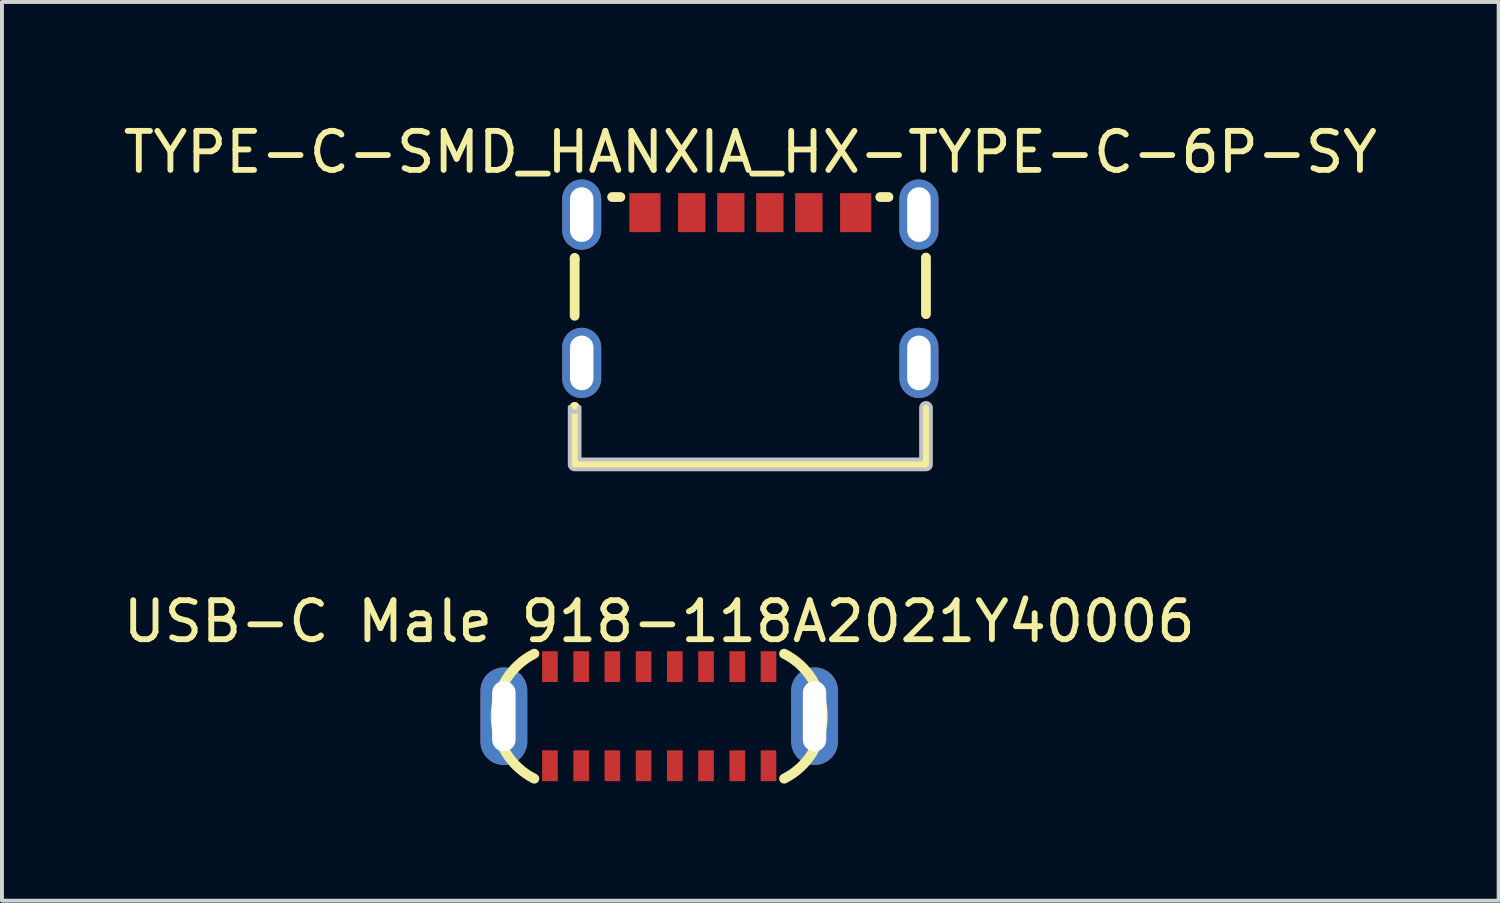
<source format=kicad_pcb>
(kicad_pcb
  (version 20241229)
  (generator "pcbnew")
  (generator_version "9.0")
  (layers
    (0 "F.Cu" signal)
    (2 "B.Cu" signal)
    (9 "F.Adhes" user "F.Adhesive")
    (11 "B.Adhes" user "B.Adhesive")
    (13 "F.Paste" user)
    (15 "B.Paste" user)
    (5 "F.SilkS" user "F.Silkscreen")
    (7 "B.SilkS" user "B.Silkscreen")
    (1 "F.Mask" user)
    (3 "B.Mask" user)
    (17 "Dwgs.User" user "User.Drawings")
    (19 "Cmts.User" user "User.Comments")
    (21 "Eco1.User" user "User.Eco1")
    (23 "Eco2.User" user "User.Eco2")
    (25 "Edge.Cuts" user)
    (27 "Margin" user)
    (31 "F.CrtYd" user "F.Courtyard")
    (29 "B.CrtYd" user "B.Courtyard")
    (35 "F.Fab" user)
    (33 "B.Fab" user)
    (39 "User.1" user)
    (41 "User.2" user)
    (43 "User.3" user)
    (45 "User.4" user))
  (footprint "TYPE-C-SMD_HANXIA_HX-TYPE-C-6P-SY"
    (layer "F.Cu")
    (at 16.173 4.323)
    (property "Reference" "TYPE-C-SMD_HANXIA_HX-TYPE-C-6P-SY" (at 0 -3.475 0) (layer "F.SilkS") (effects (font (size 1 1) (thickness 0.15))))
    (fp_line (start -4.5 3.054) (end -4.5 4.525) (stroke (width 0.25) (type default)) (layer "F.SilkS"))
    (fp_line (start -4.5 3.076) (end -4.5 3.054) (stroke (width 0.25) (type default)) (layer "F.SilkS"))
    (fp_line (start -4.5 4.525) (end 4.501 4.525) (stroke (width 0.25) (type default)) (layer "F.SilkS"))
    (fp_line (start -4.5 -0.725) (end -4.5 -0.767) (stroke (width 0.25) (type default)) (layer "F.SilkS"))
    (fp_line (start -4.5 -0.725) (end -4.5 0.718) (stroke (width 0.25) (type default)) (layer "F.SilkS"))
    (fp_line (start -3.541 -2.325) (end -3.329 -2.325) (stroke (width 0.25) (type default)) (layer "F.SilkS"))
    (fp_line (start 3.329 -2.325) (end 3.541 -2.325) (stroke (width 0.25) (type default)) (layer "F.SilkS"))
    (fp_line (start 4.5 0.675) (end 4.5 -0.775) (stroke (width 0.25) (type default)) (layer "F.SilkS"))
    (fp_line (start 4.501 4.525) (end 4.501 3.076) (stroke (width 0.25) (type default)) (layer "F.SilkS"))
    (fp_poly (pts (xy -2.3 -1.425) (xy -2.3 -2.425) (xy -3.1 -2.425) (xy -3.1 -1.425)) (stroke (width 0) (type default)) (fill yes) (layer "F.Paste"))
    (fp_poly (pts (xy -1.15 -1.425) (xy -1.15 -2.425) (xy -1.85 -2.425) (xy -1.85 -1.425)) (stroke (width 0) (type default)) (fill yes) (layer "F.Paste"))
    (fp_poly (pts (xy -0.85 -2.425) (xy -0.85 -1.425) (xy -0.15 -1.425) (xy -0.15 -2.425)) (stroke (width 0) (type default)) (fill yes) (layer "F.Paste"))
    (fp_poly (pts (xy 0.85 -1.425) (xy 0.85 -2.425) (xy 0.15 -2.425) (xy 0.15 -1.425)) (stroke (width 0) (type default)) (fill yes) (layer "F.Paste"))
    (fp_poly (pts (xy 1.15 -2.425) (xy 1.15 -1.425) (xy 1.85 -1.425) (xy 1.85 -2.425)) (stroke (width 0) (type default)) (fill yes) (layer "F.Paste"))
    (fp_poly (pts (xy 2.3 -2.425) (xy 2.3 -1.425) (xy 3.1 -1.425) (xy 3.1 -2.425)) (stroke (width 0) (type default)) (fill yes) (layer "F.Paste"))
    (fp_poly (pts (xy -4.332 1.025) (xy -4.357 1.026) (xy -4.382 1.029) (xy -4.407 1.032) (xy -4.431 1.038) (xy -4.455 1.044) (xy -4.479 1.051) (xy -4.503 1.06) (xy -4.526 1.069) (xy -4.548 1.08) (xy -4.57 1.092) (xy -4.591 1.105) (xy -4.612 1.119) (xy -4.631 1.134) (xy -4.651 1.15) (xy -4.669 1.167) (xy -4.686 1.185) (xy -4.703 1.204) (xy -4.718 1.223) (xy -4.733 1.244) (xy -4.747 1.264) (xy -4.759 1.286) (xy -4.771 1.308) (xy -4.78 1.331) (xy -4.79 1.354) (xy -4.798 1.377) (xy -4.804 1.401) (xy -4.81 1.426) (xy -4.814 1.45) (xy -4.817 1.476) (xy -4.819 1.5) (xy -4.82 1.525) (xy -4.82 2.325) (xy -4.819 2.35) (xy -4.817 2.375) (xy -4.814 2.4) (xy -4.81 2.424) (xy -4.804 2.449) (xy -4.798 2.473) (xy -4.79 2.496) (xy -4.78 2.519) (xy -4.771 2.542) (xy -4.759 2.564) (xy -4.747 2.586) (xy -4.733 2.607) (xy -4.718 2.627) (xy -4.703 2.647) (xy -4.686 2.665) (xy -4.669 2.683) (xy -4.651 2.7) (xy -4.631 2.716) (xy -4.612 2.731) (xy -4.591 2.745) (xy -4.57 2.758) (xy -4.548 2.77) (xy -4.526 2.781) (xy -4.503 2.791) (xy -4.479 2.799) (xy -4.455 2.807) (xy -4.431 2.812) (xy -4.407 2.817) (xy -4.382 2.821) (xy -4.357 2.824) (xy -4.332 2.825) (xy -4.308 2.825) (xy -4.282 2.824) (xy -4.258 2.821) (xy -4.233 2.817) (xy -4.208 2.812) (xy -4.184 2.807) (xy -4.16 2.799) (xy -4.137 2.791) (xy -4.114 2.781) (xy -4.092 2.77) (xy -4.07 2.758) (xy -4.048 2.745) (xy -4.028 2.731) (xy -4.008 2.716) (xy -3.989 2.7) (xy -3.971 2.683) (xy -3.954 2.665) (xy -3.937 2.647) (xy -3.921 2.627) (xy -3.907 2.607) (xy -3.893 2.586) (xy -3.881 2.564) (xy -3.869 2.542) (xy -3.859 2.519) (xy -3.85 2.496) (xy -3.842 2.473) (xy -3.836 2.449) (xy -3.83 2.424) (xy -3.825 2.4) (xy -3.822 2.375) (xy -3.821 2.35) (xy -3.82 2.325) (xy -3.82 1.525) (xy -3.821 1.5) (xy -3.822 1.476) (xy -3.825 1.45) (xy -3.83 1.426) (xy -3.836 1.401) (xy -3.842 1.377) (xy -3.85 1.354) (xy -3.859 1.331) (xy -3.869 1.308) (xy -3.881 1.286) (xy -3.893 1.264) (xy -3.907 1.244) (xy -3.921 1.223) (xy -3.937 1.204) (xy -3.954 1.185) (xy -3.971 1.167) (xy -3.989 1.15) (xy -4.008 1.134) (xy -4.028 1.119) (xy -4.048 1.105) (xy -4.07 1.092) (xy -4.092 1.08) (xy -4.114 1.069) (xy -4.137 1.06) (xy -4.16 1.051) (xy -4.184 1.044) (xy -4.208 1.038) (xy -4.233 1.032) (xy -4.258 1.029) (xy -4.282 1.026) (xy -4.308 1.025)) (stroke (width 0) (type default)) (fill yes) (layer "F.Paste"))
    (fp_poly (pts (xy -4.282 -2.773) (xy -4.308 -2.775) (xy -4.332 -2.775) (xy -4.357 -2.773) (xy -4.382 -2.771) (xy -4.407 -2.768) (xy -4.431 -2.763) (xy -4.455 -2.756) (xy -4.479 -2.749) (xy -4.503 -2.74) (xy -4.526 -2.731) (xy -4.548 -2.72) (xy -4.57 -2.708) (xy -4.591 -2.695) (xy -4.612 -2.681) (xy -4.631 -2.666) (xy -4.651 -2.65) (xy -4.669 -2.633) (xy -4.686 -2.615) (xy -4.703 -2.596) (xy -4.718 -2.577) (xy -4.733 -2.557) (xy -4.747 -2.535) (xy -4.759 -2.514) (xy -4.771 -2.492) (xy -4.78 -2.469) (xy -4.79 -2.446) (xy -4.798 -2.422) (xy -4.804 -2.398) (xy -4.81 -2.374) (xy -4.814 -2.349) (xy -4.817 -2.325) (xy -4.819 -2.3) (xy -4.82 -2.275) (xy -4.82 -1.475) (xy -4.819 -1.45) (xy -4.817 -1.425) (xy -4.814 -1.401) (xy -4.81 -1.376) (xy -4.804 -1.351) (xy -4.798 -1.327) (xy -4.79 -1.304) (xy -4.78 -1.281) (xy -4.771 -1.258) (xy -4.759 -1.236) (xy -4.747 -1.214) (xy -4.733 -1.194) (xy -4.718 -1.173) (xy -4.703 -1.153) (xy -4.686 -1.135) (xy -4.669 -1.117) (xy -4.651 -1.1) (xy -4.631 -1.084) (xy -4.612 -1.069) (xy -4.591 -1.055) (xy -4.57 -1.042) (xy -4.548 -1.03) (xy -4.526 -1.02) (xy -4.503 -1.01) (xy -4.479 -1.001) (xy -4.455 -0.994) (xy -4.431 -0.988) (xy -4.407 -0.983) (xy -4.382 -0.979) (xy -4.357 -0.977) (xy -4.332 -0.975) (xy -4.308 -0.975) (xy -4.282 -0.977) (xy -4.258 -0.979) (xy -4.233 -0.983) (xy -4.208 -0.988) (xy -4.184 -0.994) (xy -4.16 -1.001) (xy -4.137 -1.01) (xy -4.114 -1.02) (xy -4.092 -1.03) (xy -4.07 -1.042) (xy -4.048 -1.055) (xy -4.028 -1.069) (xy -4.008 -1.084) (xy -3.989 -1.1) (xy -3.971 -1.117) (xy -3.954 -1.135) (xy -3.937 -1.153) (xy -3.921 -1.173) (xy -3.907 -1.194) (xy -3.893 -1.214) (xy -3.881 -1.236) (xy -3.869 -1.258) (xy -3.859 -1.281) (xy -3.85 -1.304) (xy -3.842 -1.327) (xy -3.836 -1.351) (xy -3.83 -1.376) (xy -3.825 -1.401) (xy -3.822 -1.425) (xy -3.821 -1.45) (xy -3.82 -1.475) (xy -3.82 -2.275) (xy -3.821 -2.3) (xy -3.822 -2.325) (xy -3.825 -2.349) (xy -3.83 -2.374) (xy -3.836 -2.398) (xy -3.842 -2.422) (xy -3.85 -2.446) (xy -3.859 -2.469) (xy -3.869 -2.492) (xy -3.881 -2.514) (xy -3.893 -2.535) (xy -3.907 -2.557) (xy -3.921 -2.577) (xy -3.937 -2.596) (xy -3.954 -2.615) (xy -3.971 -2.633) (xy -3.989 -2.65) (xy -4.008 -2.666) (xy -4.028 -2.681) (xy -4.048 -2.695) (xy -4.07 -2.708) (xy -4.092 -2.72) (xy -4.114 -2.731) (xy -4.137 -2.74) (xy -4.16 -2.749) (xy -4.184 -2.756) (xy -4.208 -2.763) (xy -4.233 -2.768) (xy -4.258 -2.771)) (stroke (width 0) (type default)) (fill yes) (layer "F.Paste"))
    (fp_poly (pts (xy 4.308 -2.775) (xy 4.282 -2.773) (xy 4.258 -2.771) (xy 4.233 -2.768) (xy 4.208 -2.763) (xy 4.184 -2.756) (xy 4.16 -2.749) (xy 4.137 -2.74) (xy 4.114 -2.731) (xy 4.092 -2.72) (xy 4.07 -2.708) (xy 4.048 -2.695) (xy 4.028 -2.681) (xy 4.008 -2.666) (xy 3.989 -2.65) (xy 3.971 -2.633) (xy 3.954 -2.615) (xy 3.937 -2.596) (xy 3.921 -2.577) (xy 3.907 -2.557) (xy 3.893 -2.535) (xy 3.881 -2.514) (xy 3.869 -2.492) (xy 3.859 -2.469) (xy 3.85 -2.446) (xy 3.842 -2.422) (xy 3.836 -2.398) (xy 3.83 -2.374) (xy 3.825 -2.349) (xy 3.822 -2.325) (xy 3.821 -2.3) (xy 3.82 -2.275) (xy 3.82 -1.475) (xy 3.821 -1.45) (xy 3.822 -1.425) (xy 3.825 -1.401) (xy 3.83 -1.376) (xy 3.836 -1.351) (xy 3.842 -1.327) (xy 3.85 -1.304) (xy 3.859 -1.281) (xy 3.869 -1.258) (xy 3.881 -1.236) (xy 3.893 -1.214) (xy 3.907 -1.194) (xy 3.921 -1.173) (xy 3.937 -1.153) (xy 3.954 -1.135) (xy 3.971 -1.117) (xy 3.989 -1.1) (xy 4.008 -1.084) (xy 4.028 -1.069) (xy 4.048 -1.055) (xy 4.07 -1.042) (xy 4.092 -1.03) (xy 4.114 -1.02) (xy 4.137 -1.01) (xy 4.16 -1.001) (xy 4.184 -0.994) (xy 4.208 -0.988) (xy 4.233 -0.983) (xy 4.258 -0.979) (xy 4.282 -0.977) (xy 4.308 -0.975) (xy 4.332 -0.975) (xy 4.357 -0.977) (xy 4.382 -0.979) (xy 4.407 -0.983) (xy 4.431 -0.988) (xy 4.455 -0.994) (xy 4.479 -1.001) (xy 4.503 -1.01) (xy 4.526 -1.02) (xy 4.548 -1.03) (xy 4.57 -1.042) (xy 4.591 -1.055) (xy 4.612 -1.069) (xy 4.631 -1.084) (xy 4.651 -1.1) (xy 4.669 -1.117) (xy 4.686 -1.135) (xy 4.703 -1.153) (xy 4.718 -1.173) (xy 4.733 -1.194) (xy 4.747 -1.214) (xy 4.759 -1.236) (xy 4.771 -1.258) (xy 4.78 -1.281) (xy 4.79 -1.304) (xy 4.798 -1.327) (xy 4.804 -1.351) (xy 4.81 -1.376) (xy 4.814 -1.401) (xy 4.817 -1.425) (xy 4.819 -1.45) (xy 4.82 -1.475) (xy 4.82 -2.275) (xy 4.819 -2.3) (xy 4.817 -2.325) (xy 4.814 -2.349) (xy 4.81 -2.374) (xy 4.804 -2.398) (xy 4.798 -2.422) (xy 4.79 -2.446) (xy 4.78 -2.469) (xy 4.771 -2.492) (xy 4.759 -2.514) (xy 4.747 -2.535) (xy 4.733 -2.557) (xy 4.718 -2.577) (xy 4.703 -2.596) (xy 4.686 -2.615) (xy 4.669 -2.633) (xy 4.651 -2.65) (xy 4.631 -2.666) (xy 4.612 -2.681) (xy 4.591 -2.695) (xy 4.57 -2.708) (xy 4.548 -2.72) (xy 4.526 -2.731) (xy 4.503 -2.74) (xy 4.479 -2.749) (xy 4.455 -2.756) (xy 4.431 -2.763) (xy 4.407 -2.768) (xy 4.382 -2.771) (xy 4.357 -2.773) (xy 4.332 -2.775)) (stroke (width 0) (type default)) (fill yes) (layer "F.Paste"))
    (fp_poly (pts (xy 4.308 1.025) (xy 4.282 1.026) (xy 4.258 1.029) (xy 4.233 1.032) (xy 4.208 1.038) (xy 4.184 1.044) (xy 4.16 1.051) (xy 4.137 1.06) (xy 4.114 1.069) (xy 4.092 1.08) (xy 4.07 1.092) (xy 4.048 1.105) (xy 4.028 1.119) (xy 4.008 1.134) (xy 3.989 1.15) (xy 3.971 1.167) (xy 3.954 1.185) (xy 3.937 1.204) (xy 3.921 1.223) (xy 3.907 1.244) (xy 3.893 1.264) (xy 3.881 1.286) (xy 3.869 1.308) (xy 3.859 1.331) (xy 3.85 1.354) (xy 3.842 1.377) (xy 3.836 1.401) (xy 3.83 1.426) (xy 3.825 1.45) (xy 3.822 1.476) (xy 3.821 1.5) (xy 3.82 1.525) (xy 3.82 2.325) (xy 3.821 2.35) (xy 3.822 2.375) (xy 3.825 2.4) (xy 3.83 2.424) (xy 3.836 2.449) (xy 3.842 2.473) (xy 3.85 2.496) (xy 3.859 2.519) (xy 3.869 2.542) (xy 3.881 2.564) (xy 3.893 2.586) (xy 3.907 2.607) (xy 3.921 2.627) (xy 3.937 2.647) (xy 3.954 2.665) (xy 3.971 2.683) (xy 3.989 2.7) (xy 4.008 2.716) (xy 4.028 2.731) (xy 4.048 2.745) (xy 4.07 2.758) (xy 4.092 2.77) (xy 4.114 2.781) (xy 4.137 2.791) (xy 4.16 2.799) (xy 4.184 2.807) (xy 4.208 2.812) (xy 4.233 2.817) (xy 4.258 2.821) (xy 4.282 2.824) (xy 4.308 2.825) (xy 4.332 2.825) (xy 4.357 2.824) (xy 4.382 2.821) (xy 4.407 2.817) (xy 4.431 2.812) (xy 4.455 2.807) (xy 4.479 2.799) (xy 4.503 2.791) (xy 4.526 2.781) (xy 4.548 2.77) (xy 4.57 2.758) (xy 4.591 2.745) (xy 4.612 2.731) (xy 4.631 2.716) (xy 4.651 2.7) (xy 4.669 2.683) (xy 4.686 2.665) (xy 4.703 2.647) (xy 4.718 2.627) (xy 4.733 2.607) (xy 4.747 2.586) (xy 4.759 2.564) (xy 4.771 2.542) (xy 4.78 2.519) (xy 4.79 2.496) (xy 4.798 2.473) (xy 4.804 2.449) (xy 4.81 2.424) (xy 4.814 2.4) (xy 4.817 2.375) (xy 4.819 2.35) (xy 4.82 2.325) (xy 4.82 1.525) (xy 4.819 1.5) (xy 4.817 1.476) (xy 4.814 1.45) (xy 4.81 1.426) (xy 4.804 1.401) (xy 4.798 1.377) (xy 4.79 1.354) (xy 4.78 1.331) (xy 4.771 1.308) (xy 4.759 1.286) (xy 4.747 1.264) (xy 4.733 1.244) (xy 4.718 1.223) (xy 4.703 1.204) (xy 4.686 1.185) (xy 4.669 1.167) (xy 4.651 1.15) (xy 4.631 1.134) (xy 4.612 1.119) (xy 4.591 1.105) (xy 4.57 1.092) (xy 4.548 1.08) (xy 4.526 1.069) (xy 4.503 1.06) (xy 4.479 1.051) (xy 4.455 1.044) (xy 4.431 1.038) (xy 4.407 1.032) (xy 4.382 1.029) (xy 4.357 1.026) (xy 4.332 1.025)) (stroke (width 0) (type default)) (fill yes) (layer "F.Paste"))
    (fp_poly (pts (arc (start -4.3755 3.076) (mid -4.5005 3.200501) (end -4.6255 3.076)) (arc (start -4.6255 3.0535) (mid -4.5005 3.177504) (end -4.3755 3.0535)) (xy -4.375 4.4) (xy 4.376 4.4) (arc (start 4.376 3.076) (mid 4.501 2.951996) (end 4.626 3.076)) (arc (start 4.626 4.525) (mid 4.589388 4.613388) (end 4.501 4.65)) (arc (start -4.5005 4.65) (mid -4.588888 4.613388) (end -4.6255 4.525)) (arc (start -4.6255 3.0535) (mid -4.5005 3.177504) (end -4.3755 3.0535))) (stroke (width 0.1) (type default)) (fill no) (layer "Dwgs.User"))
    (fp_poly (pts (xy -4.47 -2.275) (xy -4.17 -2.275) (xy -4.17 -1.475) (xy -4.47 -1.475)) (stroke (width 0.1) (type default)) (fill no) (layer "User.1"))
    (fp_poly (pts (xy -4.47 1.525) (xy -4.17 1.525) (xy -4.17 2.325) (xy -4.47 2.325)) (stroke (width 0.1) (type default)) (fill no) (layer "User.1"))
    (fp_poly (pts (xy -3 -2.275) (xy -2.4 -2.275) (xy -2.4 -1.475) (xy -3 -1.475)) (stroke (width 0.1) (type default)) (fill no) (layer "User.1"))
    (fp_poly (pts (xy -1.8 -2.275) (xy -1.2 -2.275) (xy -1.2 -1.475) (xy -1.8 -1.475)) (stroke (width 0.1) (type default)) (fill no) (layer "User.1"))
    (fp_poly (pts (xy -0.8 -2.275) (xy -0.2 -2.275) (xy -0.2 -1.475) (xy -0.8 -1.475)) (stroke (width 0.1) (type default)) (fill no) (layer "User.1"))
    (fp_poly (pts (xy 0.2 -2.275) (xy 0.8 -2.275) (xy 0.8 -1.475) (xy 0.2 -1.475)) (stroke (width 0.1) (type default)) (fill no) (layer "User.1"))
    (fp_poly (pts (xy 1.2 -2.275) (xy 1.8 -2.275) (xy 1.8 -1.475) (xy 1.2 -1.475)) (stroke (width 0.1) (type default)) (fill no) (layer "User.1"))
    (fp_poly (pts (xy 2.4 -2.275) (xy 3 -2.275) (xy 3 -1.475) (xy 2.4 -1.475)) (stroke (width 0.1) (type default)) (fill no) (layer "User.1"))
    (fp_poly (pts (xy 4.17 -2.275) (xy 4.47 -2.275) (xy 4.47 -1.475) (xy 4.17 -1.475)) (stroke (width 0.1) (type default)) (fill no) (layer "User.1"))
    (fp_poly (pts (xy 4.17 1.525) (xy 4.47 1.525) (xy 4.47 2.325) (xy 4.17 2.325)) (stroke (width 0.1) (type default)) (fill no) (layer "User.1"))
    (fp_line (start -4.47 -2.275) (end 4.47 -2.275) (stroke (width 0.051) (type default)) (layer "User.2"))
    (fp_line (start -4.47 4.525) (end -4.47 -2.275) (stroke (width 0.051) (type default)) (layer "User.2"))
    (fp_line (start 4.47 -2.275) (end 4.47 4.525) (stroke (width 0.051) (type default)) (layer "User.2"))
    (fp_line (start 4.47 4.525) (end -4.47 4.525) (stroke (width 0.051) (type default)) (layer "User.2"))
    (fp_poly (pts (xy -4.415 -2.298) (xy -4.447 -2.33) (xy -4.493 -2.33) (xy -4.525 -2.298) (xy -4.525 -2.252) (xy -4.493 -2.22) (xy -4.447 -2.22) (xy -4.415 -2.252)) (stroke (width 0.1) (type default)) (fill no) (layer "User.3"))
    (pad "7" thru_hole oval (at -4.32 -1.875) (size 1 1.8) (drill oval 0.6 1.4) (layers "*.Cu" "*.Mask"))
    (pad "7" thru_hole oval (at -4.32 1.925) (size 1 1.8) (drill oval 0.6 1.4) (layers "*.Cu" "*.Mask"))
    (pad "7" thru_hole oval (at 4.32 -1.875) (size 1 1.8) (drill oval 0.6 1.4) (layers "*.Cu" "*.Mask"))
    (pad "7" thru_hole oval (at 4.32 1.925) (size 1 1.8) (drill oval 0.6 1.4) (layers "*.Cu" "*.Mask"))
    (pad "A5" smd rect (at -0.5 -1.925) (size 0.7 1) (layers "F.Cu" "F.Mask" "F.Paste"))
    (pad "A9" smd rect (at 1.5 -1.925) (size 0.7 1) (layers "F.Cu" "F.Mask" "F.Paste"))
    (pad "A12" smd rect (at 2.7 -1.925) (size 0.8 1) (layers "F.Cu" "F.Mask" "F.Paste"))
    (pad "B5" smd rect (at 0.5 -1.925) (size 0.7 1) (layers "F.Cu" "F.Mask" "F.Paste"))
    (pad "B9" smd rect (at -1.5 -1.925) (size 0.7 1) (layers "F.Cu" "F.Mask" "F.Paste"))
    (pad "B12" smd rect (at -2.7 -1.925) (size 0.8 1) (layers "F.Cu" "F.Mask" "F.Paste")))
  (footprint "USB-C Male 918-118A2021Y40006"
    (layer "F.Cu")
    (at 13.839 15.299)
    (property "Reference" "USB-C Male 918-118A2021Y40006" (at 0 -2.427 0) (layer "F.SilkS") (effects (font (size 1 1) (thickness 0.15))))
    (fp_arc (start -3.2 1.6) (mid -4.188854 0) (end -3.2 -1.6) (stroke (width 0.254) (type default)) (layer "F.SilkS"))
    (fp_arc (start 3.2 -1.6) (mid 4.188854 0) (end 3.2 1.6) (stroke (width 0.254) (type default)) (layer "F.SilkS"))
    (pad "1" smd rect (at 2.8 -1.27) (size 0.4 0.79) (layers "F.Cu" "F.Mask" "F.Paste"))
    (pad "2" smd rect (at 2 -1.27) (size 0.4 0.79) (layers "F.Cu" "F.Mask" "F.Paste"))
    (pad "3" smd rect (at 1.2 -1.27) (size 0.4 0.79) (layers "F.Cu" "F.Mask" "F.Paste"))
    (pad "4" smd rect (at 0.4 -1.27) (size 0.4 0.79) (layers "F.Cu" "F.Mask" "F.Paste"))
    (pad "5" smd rect (at -0.4 -1.27) (size 0.4 0.79) (layers "F.Cu" "F.Mask" "F.Paste"))
    (pad "6" smd rect (at -1.2 -1.27) (size 0.4 0.79) (layers "F.Cu" "F.Mask" "F.Paste"))
    (pad "7" smd rect (at -2 -1.27) (size 0.4 0.79) (layers "F.Cu" "F.Mask" "F.Paste"))
    (pad "8" smd rect (at -2.8 -1.27) (size 0.4 0.79) (layers "F.Cu" "F.Mask" "F.Paste"))
    (pad "9" smd rect (at -2.8 1.27) (size 0.4 0.79) (layers "F.Cu" "F.Mask" "F.Paste"))
    (pad "10" smd rect (at -2 1.27) (size 0.4 0.79) (layers "F.Cu" "F.Mask" "F.Paste"))
    (pad "11" smd rect (at -1.2 1.27) (size 0.4 0.79) (layers "F.Cu" "F.Mask" "F.Paste"))
    (pad "12" smd rect (at -0.4 1.27) (size 0.4 0.79) (layers "F.Cu" "F.Mask" "F.Paste"))
    (pad "13" smd rect (at 0.4 1.27) (size 0.4 0.79) (layers "F.Cu" "F.Mask" "F.Paste"))
    (pad "14" smd rect (at 1.2 1.27) (size 0.4 0.79) (layers "F.Cu" "F.Mask" "F.Paste"))
    (pad "15" smd rect (at 2 1.27) (size 0.4 0.79) (layers "F.Cu" "F.Mask" "F.Paste"))
    (pad "16" smd rect (at 2.8 1.27) (size 0.4 0.79) (layers "F.Cu" "F.Mask" "F.Paste"))
    (pad "17" thru_hole oval (at 3.98 0) (size 1.2 2.5) (drill oval 0.6 1.8) (layers "*.Cu" "*.Mask"))
    (pad "18" thru_hole oval (at -3.98 0) (size 1.2 2.5) (drill oval 0.6 1.8) (layers "*.Cu" "*.Mask")))
  (gr_rect
    (start -3 -3)
    (end 35.345 20.026)
    (stroke (width 0.1) (type default))
    (fill no)
    (layer "Edge.Cuts")))
</source>
